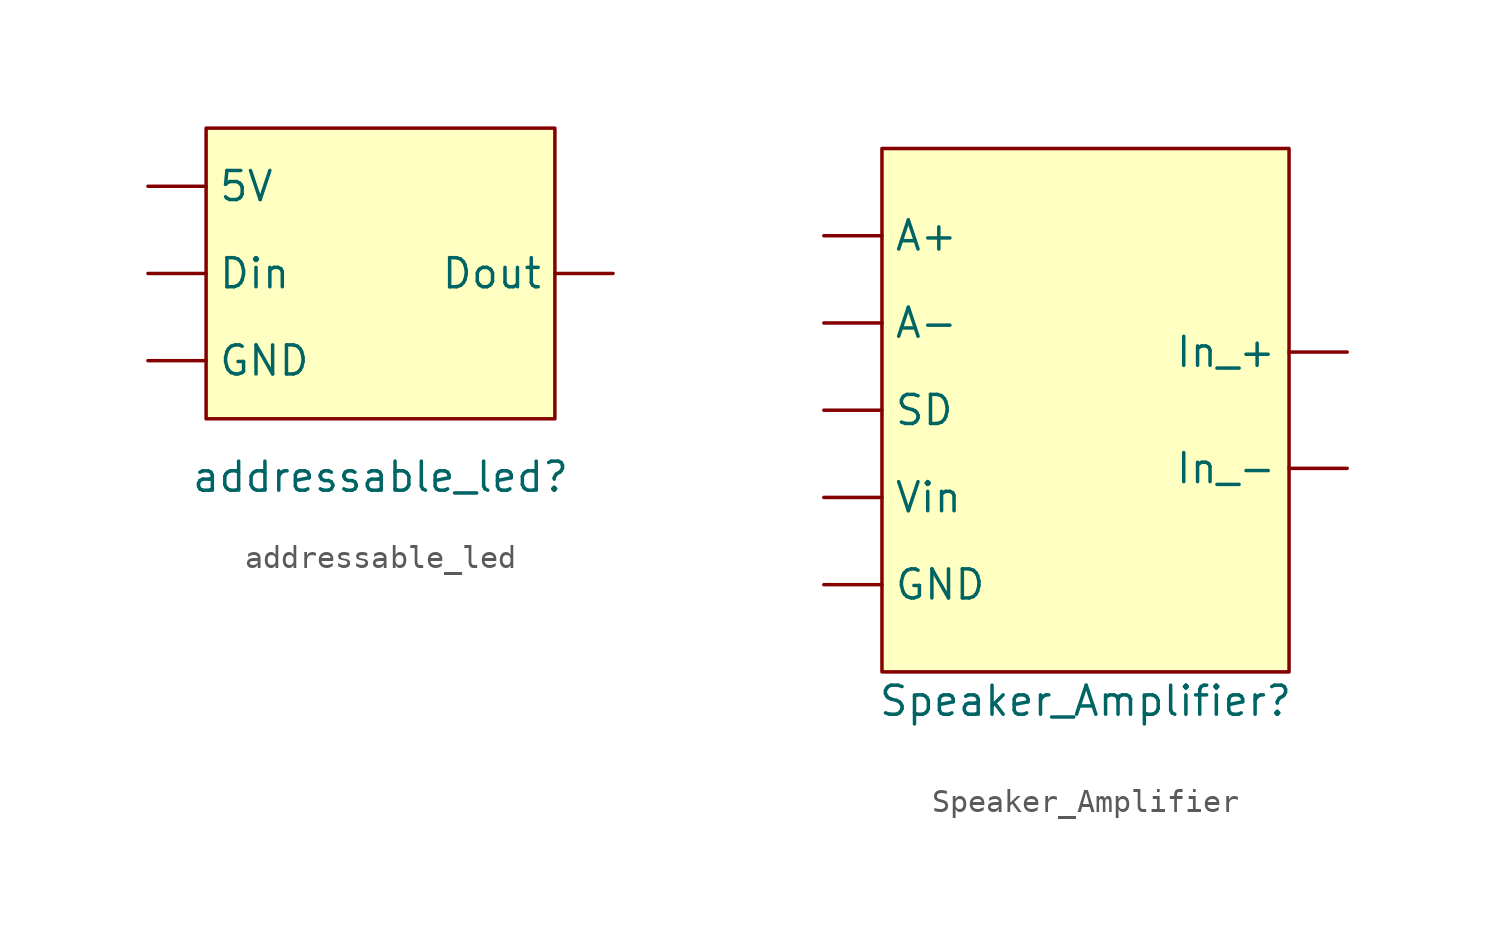
<source format=kicad_sym>
(kicad_symbol_lib
  (version 20241209)
  (generator "kicad_symbol_editor")
  (generator_version "9.0")
  (symbol "addressable_led"
    (property "Reference" "addressable_led"
      (at 0 0 0)
      (effects (font (size 1.27 1.27))))
    (property "Value" ""
      (at 0 0 0)
      (effects (font (size 1.27 1.27))))
    (symbol "addressable_led_0_1"
      (rectangle (start -7.62 15.24) (end 7.62 2.54) (stroke (width 0) (type default)) (fill (type background))))
    (symbol "addressable_led_1_1"
      (pin power_in line (at -10.16 12.7 0) (length 2.54) (name "5V" (effects (font (size 1.27 1.27)))) (number "" (effects (font (size 1.27 1.27)))))
      (pin input line (at -10.16 8.89 0) (length 2.54) (name "Din" (effects (font (size 1.27 1.27)))) (number "" (effects (font (size 1.27 1.27)))))
      (pin power_out line (at -10.16 5.08 0) (length 2.54) (name "GND" (effects (font (size 1.27 1.27)))) (number "" (effects (font (size 1.27 1.27)))))
      (pin output line (at 10.16 8.89 180) (length 2.54) (name "Dout" (effects (font (size 1.27 1.27)))) (number "" (effects (font (size 1.27 1.27)))))))
  (symbol "Speaker_Amplifier"
    (property "Reference" "Speaker_Amplifier"
      (at 0 0 0)
      (effects (font (size 1.27 1.27))))
    (property "Value" ""
      (at 0 0 0)
      (effects (font (size 1.27 1.27))))
    (symbol "Speaker_Amplifier_0_1"
      (rectangle (start -8.89 24.13) (end 8.89 1.27) (stroke (width 0) (type default)) (fill (type background))))
    (symbol "Speaker_Amplifier_1_1"
      (pin unspecified line (at -11.43 20.32 0) (length 2.54) (name "A+" (effects (font (size 1.27 1.27)))) (number "" (effects (font (size 1.27 1.27)))))
      (pin unspecified line (at -11.43 16.51 0) (length 2.54) (name "A-" (effects (font (size 1.27 1.27)))) (number "" (effects (font (size 1.27 1.27)))))
      (pin unspecified line (at -11.43 12.7 0) (length 2.54) (name "SD" (effects (font (size 1.27 1.27)))) (number "" (effects (font (size 1.27 1.27)))))
      (pin unspecified line (at -11.43 8.89 0) (length 2.54) (name "Vin" (effects (font (size 1.27 1.27)))) (number "" (effects (font (size 1.27 1.27)))))
      (pin unspecified line (at -11.43 5.08 0) (length 2.54) (name "GND" (effects (font (size 1.27 1.27)))) (number "" (effects (font (size 1.27 1.27)))))
      (pin unspecified line (at 11.43 15.24 180) (length 2.54) (name "In_+" (effects (font (size 1.27 1.27)))) (number "" (effects (font (size 1.27 1.27)))))
      (pin unspecified line (at 11.43 10.16 180) (length 2.54) (name "In_-" (effects (font (size 1.27 1.27)))) (number "" (effects (font (size 1.27 1.27))))))))
</source>
